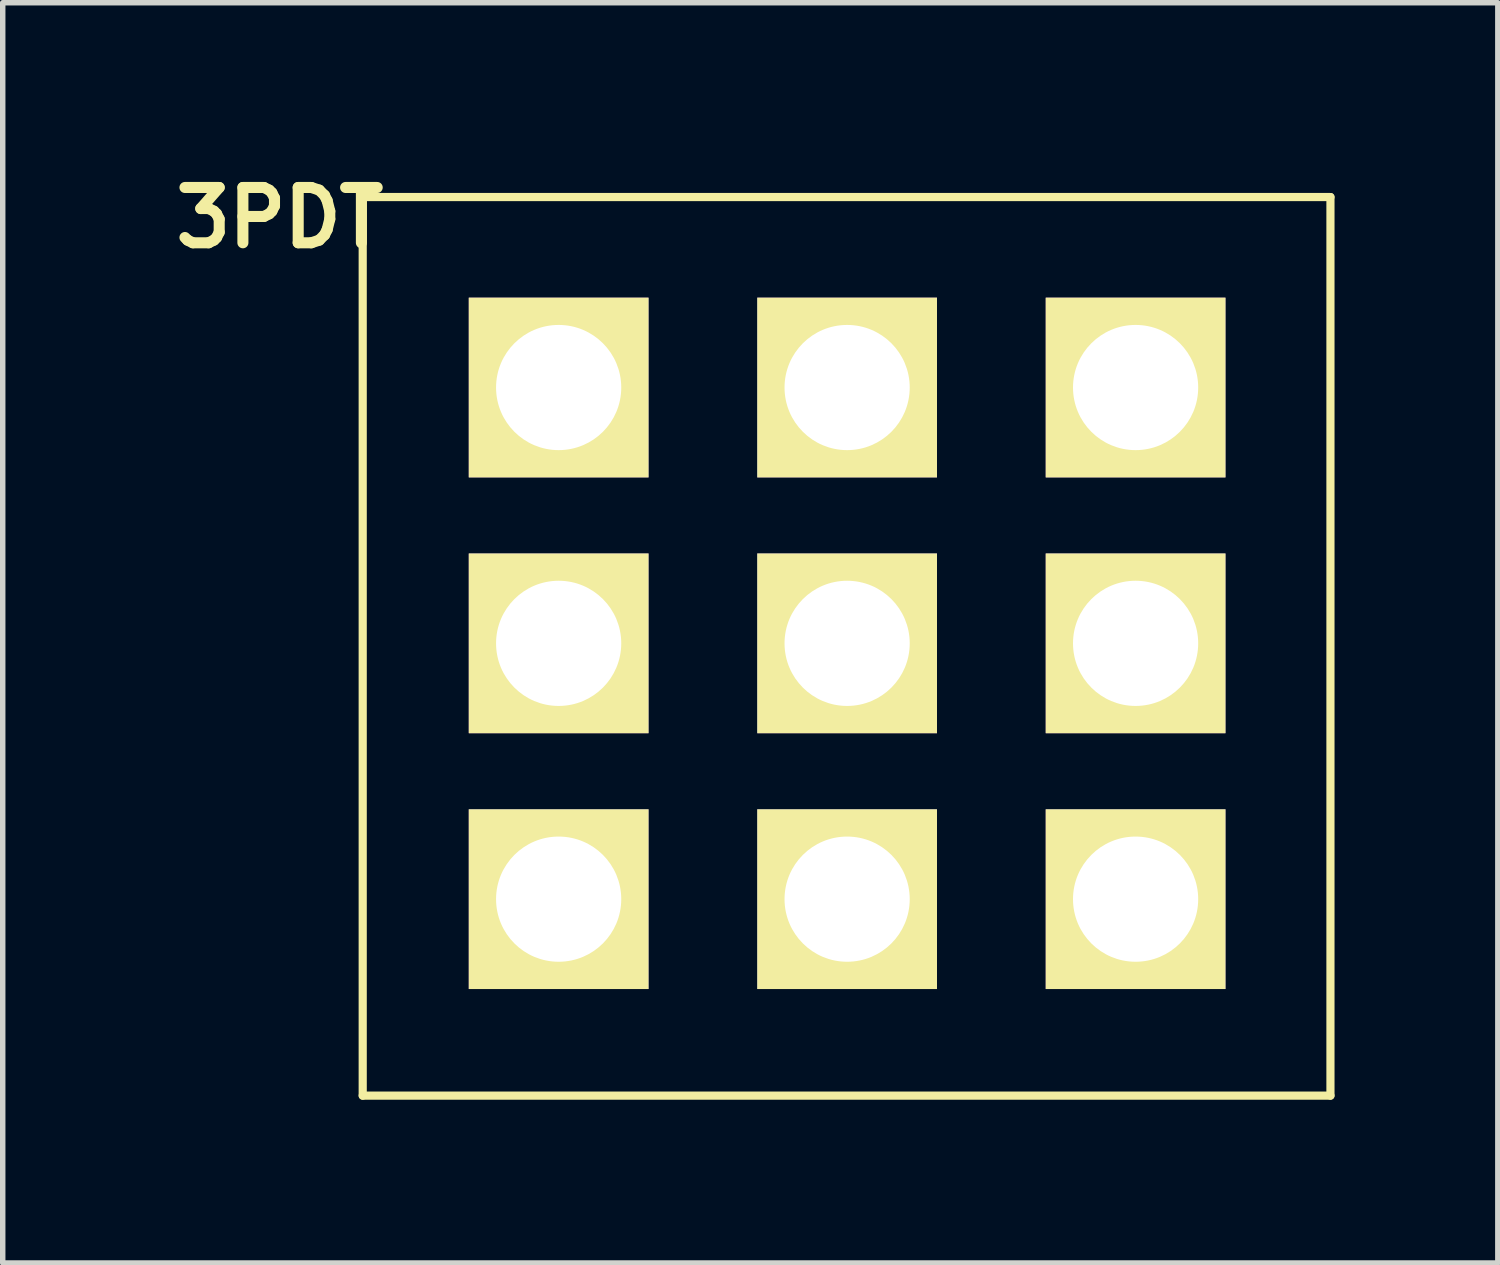
<source format=kicad_pcb>
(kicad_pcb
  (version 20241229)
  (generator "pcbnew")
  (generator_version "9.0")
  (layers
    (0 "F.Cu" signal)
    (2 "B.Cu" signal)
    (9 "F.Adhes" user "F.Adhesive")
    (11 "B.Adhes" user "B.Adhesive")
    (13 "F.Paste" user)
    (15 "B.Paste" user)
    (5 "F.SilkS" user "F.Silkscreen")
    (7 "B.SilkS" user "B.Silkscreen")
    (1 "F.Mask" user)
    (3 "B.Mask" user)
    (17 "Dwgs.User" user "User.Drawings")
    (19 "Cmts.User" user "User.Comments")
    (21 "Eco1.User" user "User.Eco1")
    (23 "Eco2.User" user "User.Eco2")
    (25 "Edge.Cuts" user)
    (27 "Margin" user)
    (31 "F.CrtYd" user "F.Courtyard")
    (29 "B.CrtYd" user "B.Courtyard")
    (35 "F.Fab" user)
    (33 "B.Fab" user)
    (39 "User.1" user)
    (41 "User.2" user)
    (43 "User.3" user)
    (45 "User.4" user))
  (footprint "3PDT"
    (layer "F.Cu")
    (at 3.614 0.57)
    (property "Reference" "3PDT" (at -1.524 0.381 0) (layer "F.SilkS") (effects (font (size 1.016 1.016) (thickness 0.203))))
    (attr through_hole)
    (fp_line (start 0 0) (end 17.78 0) (stroke (width 0.15) (type solid)) (layer "F.SilkS"))
    (fp_line (start 0 16.51) (end 0 0) (stroke (width 0.15) (type solid)) (layer "F.SilkS"))
    (fp_line (start 17.78 0) (end 17.78 16.51) (stroke (width 0.15) (type solid)) (layer "F.SilkS"))
    (fp_line (start 17.78 16.51) (end 0 16.51) (stroke (width 0.15) (type solid)) (layer "F.SilkS"))
    (pad "1" thru_hole rect (at 3.6 3.5) (size 3.302 3.302) (drill 2.3) (layers "*.Cu" "*.Mask" "F.SilkS"))
    (pad "2" thru_hole rect (at 8.9 3.5) (size 3.302 3.302) (drill 2.3) (layers "*.Cu" "*.Mask" "F.SilkS"))
    (pad "3" thru_hole rect (at 14.2 3.5) (size 3.302 3.302) (drill 2.3) (layers "*.Cu" "*.Mask" "F.SilkS"))
    (pad "4" thru_hole rect (at 3.6 8.2) (size 3.302 3.302) (drill 2.3) (layers "*.Cu" "*.Mask" "F.SilkS"))
    (pad "5" thru_hole rect (at 8.9 8.2) (size 3.302 3.302) (drill 2.3) (layers "*.Cu" "*.Mask" "F.SilkS"))
    (pad "6" thru_hole rect (at 14.2 8.2) (size 3.302 3.302) (drill 2.3) (layers "*.Cu" "*.Mask" "F.SilkS"))
    (pad "7" thru_hole rect (at 3.6 12.9) (size 3.302 3.302) (drill 2.3) (layers "*.Cu" "*.Mask" "F.SilkS"))
    (pad "8" thru_hole rect (at 8.9 12.9) (size 3.302 3.302) (drill 2.3) (layers "*.Cu" "*.Mask" "F.SilkS"))
    (pad "9" thru_hole rect (at 14.2 12.9) (size 3.302 3.302) (drill 2.3) (layers "*.Cu" "*.Mask" "F.SilkS")))
  (gr_rect
    (start -3 -3)
    (end 24.469 20.155)
    (stroke (width 0.1) (type default))
    (fill no)
    (layer "Edge.Cuts")))
</source>
